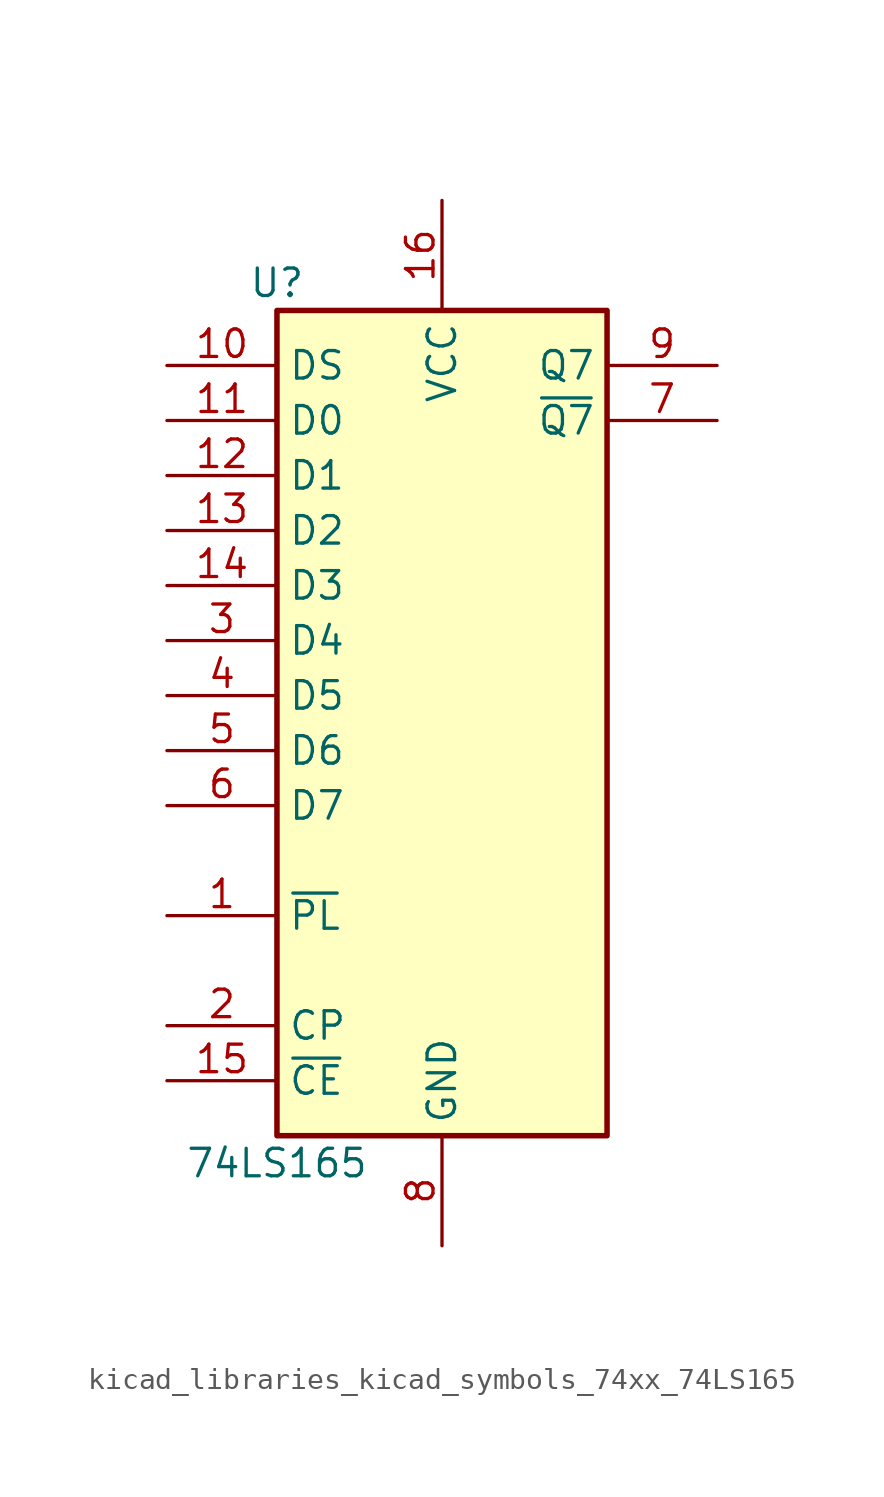
<source format=kicad_sym>
(kicad_symbol_lib
  (version 20220914)
  (generator kicad_symbol_editor)
  (symbol "kicad_libraries_kicad_symbols_74xx_74LS165"
    (property "Reference" "U"
      (at -7.62 19.05 0)
      (effects (font (size 1.27 1.27))))
    (property "Value" "74LS165"
      (at -7.62 -21.59 0)
      (effects (font (size 1.27 1.27))))
    (symbol "kicad_libraries_kicad_symbols_74xx_74LS165_1_0"
      (pin input line (at -12.7 -10.16 0) (length 5.08) (name "~{PL}" (effects (font (size 1.27 1.27)))) (number "1" (effects (font (size 1.27 1.27)))))
      (pin input line (at -12.7 15.24 0) (length 5.08) (name "DS" (effects (font (size 1.27 1.27)))) (number "10" (effects (font (size 1.27 1.27)))))
      (pin input line (at -12.7 12.7 0) (length 5.08) (name "D0" (effects (font (size 1.27 1.27)))) (number "11" (effects (font (size 1.27 1.27)))))
      (pin input line (at -12.7 10.16 0) (length 5.08) (name "D1" (effects (font (size 1.27 1.27)))) (number "12" (effects (font (size 1.27 1.27)))))
      (pin input line (at -12.7 7.62 0) (length 5.08) (name "D2" (effects (font (size 1.27 1.27)))) (number "13" (effects (font (size 1.27 1.27)))))
      (pin input line (at -12.7 5.08 0) (length 5.08) (name "D3" (effects (font (size 1.27 1.27)))) (number "14" (effects (font (size 1.27 1.27)))))
      (pin input line (at -12.7 -17.78 0) (length 5.08) (name "~{CE}" (effects (font (size 1.27 1.27)))) (number "15" (effects (font (size 1.27 1.27)))))
      (pin power_in line (at 0 22.86 270) (length 5.08) (name "VCC" (effects (font (size 1.27 1.27)))) (number "16" (effects (font (size 1.27 1.27)))))
      (pin input line (at -12.7 -15.24 0) (length 5.08) (name "CP" (effects (font (size 1.27 1.27)))) (number "2" (effects (font (size 1.27 1.27)))))
      (pin input line (at -12.7 2.54 0) (length 5.08) (name "D4" (effects (font (size 1.27 1.27)))) (number "3" (effects (font (size 1.27 1.27)))))
      (pin input line (at -12.7 0 0) (length 5.08) (name "D5" (effects (font (size 1.27 1.27)))) (number "4" (effects (font (size 1.27 1.27)))))
      (pin input line (at -12.7 -2.54 0) (length 5.08) (name "D6" (effects (font (size 1.27 1.27)))) (number "5" (effects (font (size 1.27 1.27)))))
      (pin input line (at -12.7 -5.08 0) (length 5.08) (name "D7" (effects (font (size 1.27 1.27)))) (number "6" (effects (font (size 1.27 1.27)))))
      (pin output line (at 12.7 12.7 180) (length 5.08) (name "~{Q7}" (effects (font (size 1.27 1.27)))) (number "7" (effects (font (size 1.27 1.27)))))
      (pin power_in line (at 0 -25.4 90) (length 5.08) (name "GND" (effects (font (size 1.27 1.27)))) (number "8" (effects (font (size 1.27 1.27)))))
      (pin output line (at 12.7 15.24 180) (length 5.08) (name "Q7" (effects (font (size 1.27 1.27)))) (number "9" (effects (font (size 1.27 1.27))))))
    (symbol "kicad_libraries_kicad_symbols_74xx_74LS165_1_1"
      (rectangle (start -7.62 17.78) (end 7.62 -20.32) (stroke (width 0.254) (type default)) (fill (type background))))))
</source>
